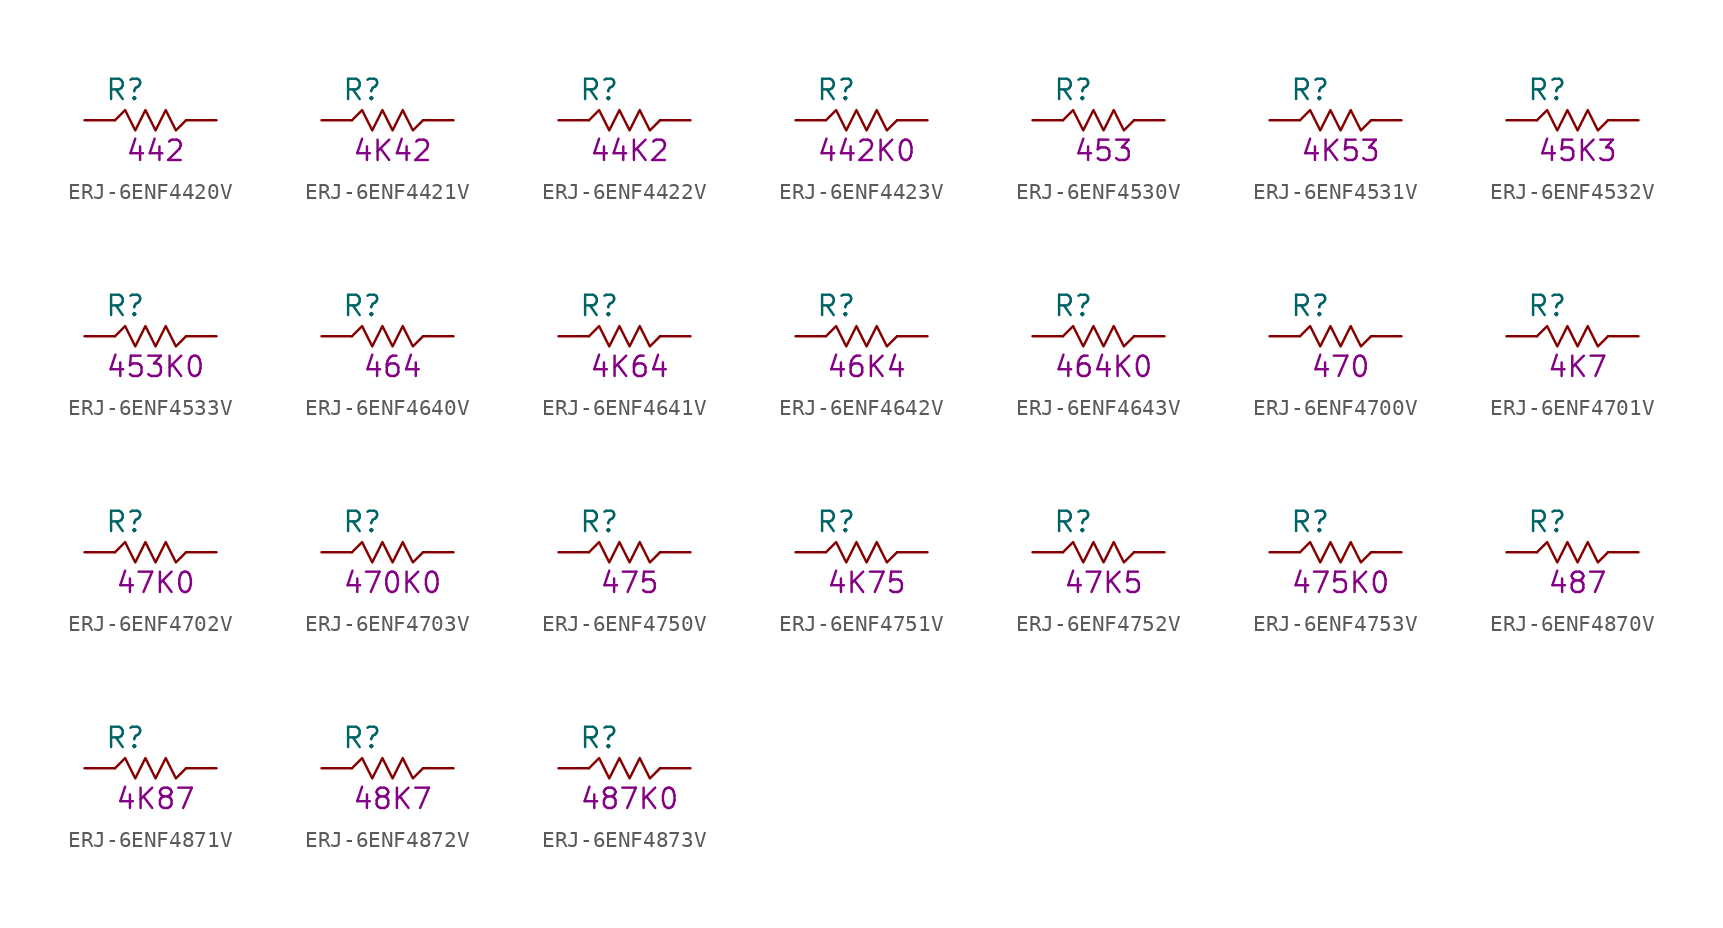
<source format=kicad_sym>
(kicad_symbol_lib
  (version 20211014)
  (generator KiCadLib_py)
  (symbol "ERJ-6ENF4420V"
    (pin_numbers hide)
    (pin_names hide)
    (property "Reference" "R"
      (at -1.905 1.905 0)
      (effects (font (size 1.27 1.27))))
    (property "Val" "442"
      (at 0 -1.905 0)
      (effects (font (size 1.27 1.27))))
    (symbol "ERJ-6ENF4420V_0_1"
      (polyline (pts (xy -2.54 0) (xy -1.905 0.635) (xy -1.27 -0.635) (xy -0.635 0.635) (xy 0 -0.635) (xy 0.635 0.635) (xy 1.27 -0.635) (xy 1.905 0)) (stroke (width 0) (type default) (color 0 0 0 0)) (fill (type none))))
    (symbol "ERJ-6ENF4420V_1_1"
      (pin passive line (at -4.445 0 0) (length 1.905) (name "~" (effects (font (size 1.27 1.27)))) (number "1" (effects (font (size 1.27 1.27)))))
      (pin passive line (at 3.81 0 180) (length 1.905) (name "~" (effects (font (size 1.27 1.27)))) (number "2" (effects (font (size 1.27 1.27)))))))
  (symbol "ERJ-6ENF4421V"
    (pin_numbers hide)
    (pin_names hide)
    (property "Reference" "R"
      (at -1.905 1.905 0)
      (effects (font (size 1.27 1.27))))
    (property "Val" "4K42"
      (at 0 -1.905 0)
      (effects (font (size 1.27 1.27))))
    (symbol "ERJ-6ENF4421V_0_1"
      (polyline (pts (xy -2.54 0) (xy -1.905 0.635) (xy -1.27 -0.635) (xy -0.635 0.635) (xy 0 -0.635) (xy 0.635 0.635) (xy 1.27 -0.635) (xy 1.905 0)) (stroke (width 0) (type default) (color 0 0 0 0)) (fill (type none))))
    (symbol "ERJ-6ENF4421V_1_1"
      (pin passive line (at -4.445 0 0) (length 1.905) (name "~" (effects (font (size 1.27 1.27)))) (number "1" (effects (font (size 1.27 1.27)))))
      (pin passive line (at 3.81 0 180) (length 1.905) (name "~" (effects (font (size 1.27 1.27)))) (number "2" (effects (font (size 1.27 1.27)))))))
  (symbol "ERJ-6ENF4422V"
    (pin_numbers hide)
    (pin_names hide)
    (property "Reference" "R"
      (at -1.905 1.905 0)
      (effects (font (size 1.27 1.27))))
    (property "Val" "44K2"
      (at 0 -1.905 0)
      (effects (font (size 1.27 1.27))))
    (symbol "ERJ-6ENF4422V_0_1"
      (polyline (pts (xy -2.54 0) (xy -1.905 0.635) (xy -1.27 -0.635) (xy -0.635 0.635) (xy 0 -0.635) (xy 0.635 0.635) (xy 1.27 -0.635) (xy 1.905 0)) (stroke (width 0) (type default) (color 0 0 0 0)) (fill (type none))))
    (symbol "ERJ-6ENF4422V_1_1"
      (pin passive line (at -4.445 0 0) (length 1.905) (name "~" (effects (font (size 1.27 1.27)))) (number "1" (effects (font (size 1.27 1.27)))))
      (pin passive line (at 3.81 0 180) (length 1.905) (name "~" (effects (font (size 1.27 1.27)))) (number "2" (effects (font (size 1.27 1.27)))))))
  (symbol "ERJ-6ENF4423V"
    (pin_numbers hide)
    (pin_names hide)
    (property "Reference" "R"
      (at -1.905 1.905 0)
      (effects (font (size 1.27 1.27))))
    (property "Val" "442K0"
      (at 0 -1.905 0)
      (effects (font (size 1.27 1.27))))
    (symbol "ERJ-6ENF4423V_0_1"
      (polyline (pts (xy -2.54 0) (xy -1.905 0.635) (xy -1.27 -0.635) (xy -0.635 0.635) (xy 0 -0.635) (xy 0.635 0.635) (xy 1.27 -0.635) (xy 1.905 0)) (stroke (width 0) (type default) (color 0 0 0 0)) (fill (type none))))
    (symbol "ERJ-6ENF4423V_1_1"
      (pin passive line (at -4.445 0 0) (length 1.905) (name "~" (effects (font (size 1.27 1.27)))) (number "1" (effects (font (size 1.27 1.27)))))
      (pin passive line (at 3.81 0 180) (length 1.905) (name "~" (effects (font (size 1.27 1.27)))) (number "2" (effects (font (size 1.27 1.27)))))))
  (symbol "ERJ-6ENF4530V"
    (pin_numbers hide)
    (pin_names hide)
    (property "Reference" "R"
      (at -1.905 1.905 0)
      (effects (font (size 1.27 1.27))))
    (property "Val" "453"
      (at 0 -1.905 0)
      (effects (font (size 1.27 1.27))))
    (symbol "ERJ-6ENF4530V_0_1"
      (polyline (pts (xy -2.54 0) (xy -1.905 0.635) (xy -1.27 -0.635) (xy -0.635 0.635) (xy 0 -0.635) (xy 0.635 0.635) (xy 1.27 -0.635) (xy 1.905 0)) (stroke (width 0) (type default) (color 0 0 0 0)) (fill (type none))))
    (symbol "ERJ-6ENF4530V_1_1"
      (pin passive line (at -4.445 0 0) (length 1.905) (name "~" (effects (font (size 1.27 1.27)))) (number "1" (effects (font (size 1.27 1.27)))))
      (pin passive line (at 3.81 0 180) (length 1.905) (name "~" (effects (font (size 1.27 1.27)))) (number "2" (effects (font (size 1.27 1.27)))))))
  (symbol "ERJ-6ENF4531V"
    (pin_numbers hide)
    (pin_names hide)
    (property "Reference" "R"
      (at -1.905 1.905 0)
      (effects (font (size 1.27 1.27))))
    (property "Val" "4K53"
      (at 0 -1.905 0)
      (effects (font (size 1.27 1.27))))
    (symbol "ERJ-6ENF4531V_0_1"
      (polyline (pts (xy -2.54 0) (xy -1.905 0.635) (xy -1.27 -0.635) (xy -0.635 0.635) (xy 0 -0.635) (xy 0.635 0.635) (xy 1.27 -0.635) (xy 1.905 0)) (stroke (width 0) (type default) (color 0 0 0 0)) (fill (type none))))
    (symbol "ERJ-6ENF4531V_1_1"
      (pin passive line (at -4.445 0 0) (length 1.905) (name "~" (effects (font (size 1.27 1.27)))) (number "1" (effects (font (size 1.27 1.27)))))
      (pin passive line (at 3.81 0 180) (length 1.905) (name "~" (effects (font (size 1.27 1.27)))) (number "2" (effects (font (size 1.27 1.27)))))))
  (symbol "ERJ-6ENF4532V"
    (pin_numbers hide)
    (pin_names hide)
    (property "Reference" "R"
      (at -1.905 1.905 0)
      (effects (font (size 1.27 1.27))))
    (property "Val" "45K3"
      (at 0 -1.905 0)
      (effects (font (size 1.27 1.27))))
    (symbol "ERJ-6ENF4532V_0_1"
      (polyline (pts (xy -2.54 0) (xy -1.905 0.635) (xy -1.27 -0.635) (xy -0.635 0.635) (xy 0 -0.635) (xy 0.635 0.635) (xy 1.27 -0.635) (xy 1.905 0)) (stroke (width 0) (type default) (color 0 0 0 0)) (fill (type none))))
    (symbol "ERJ-6ENF4532V_1_1"
      (pin passive line (at -4.445 0 0) (length 1.905) (name "~" (effects (font (size 1.27 1.27)))) (number "1" (effects (font (size 1.27 1.27)))))
      (pin passive line (at 3.81 0 180) (length 1.905) (name "~" (effects (font (size 1.27 1.27)))) (number "2" (effects (font (size 1.27 1.27)))))))
  (symbol "ERJ-6ENF4533V"
    (pin_numbers hide)
    (pin_names hide)
    (property "Reference" "R"
      (at -1.905 1.905 0)
      (effects (font (size 1.27 1.27))))
    (property "Val" "453K0"
      (at 0 -1.905 0)
      (effects (font (size 1.27 1.27))))
    (symbol "ERJ-6ENF4533V_0_1"
      (polyline (pts (xy -2.54 0) (xy -1.905 0.635) (xy -1.27 -0.635) (xy -0.635 0.635) (xy 0 -0.635) (xy 0.635 0.635) (xy 1.27 -0.635) (xy 1.905 0)) (stroke (width 0) (type default) (color 0 0 0 0)) (fill (type none))))
    (symbol "ERJ-6ENF4533V_1_1"
      (pin passive line (at -4.445 0 0) (length 1.905) (name "~" (effects (font (size 1.27 1.27)))) (number "1" (effects (font (size 1.27 1.27)))))
      (pin passive line (at 3.81 0 180) (length 1.905) (name "~" (effects (font (size 1.27 1.27)))) (number "2" (effects (font (size 1.27 1.27)))))))
  (symbol "ERJ-6ENF4640V"
    (pin_numbers hide)
    (pin_names hide)
    (property "Reference" "R"
      (at -1.905 1.905 0)
      (effects (font (size 1.27 1.27))))
    (property "Val" "464"
      (at 0 -1.905 0)
      (effects (font (size 1.27 1.27))))
    (symbol "ERJ-6ENF4640V_0_1"
      (polyline (pts (xy -2.54 0) (xy -1.905 0.635) (xy -1.27 -0.635) (xy -0.635 0.635) (xy 0 -0.635) (xy 0.635 0.635) (xy 1.27 -0.635) (xy 1.905 0)) (stroke (width 0) (type default) (color 0 0 0 0)) (fill (type none))))
    (symbol "ERJ-6ENF4640V_1_1"
      (pin passive line (at -4.445 0 0) (length 1.905) (name "~" (effects (font (size 1.27 1.27)))) (number "1" (effects (font (size 1.27 1.27)))))
      (pin passive line (at 3.81 0 180) (length 1.905) (name "~" (effects (font (size 1.27 1.27)))) (number "2" (effects (font (size 1.27 1.27)))))))
  (symbol "ERJ-6ENF4641V"
    (pin_numbers hide)
    (pin_names hide)
    (property "Reference" "R"
      (at -1.905 1.905 0)
      (effects (font (size 1.27 1.27))))
    (property "Val" "4K64"
      (at 0 -1.905 0)
      (effects (font (size 1.27 1.27))))
    (symbol "ERJ-6ENF4641V_0_1"
      (polyline (pts (xy -2.54 0) (xy -1.905 0.635) (xy -1.27 -0.635) (xy -0.635 0.635) (xy 0 -0.635) (xy 0.635 0.635) (xy 1.27 -0.635) (xy 1.905 0)) (stroke (width 0) (type default) (color 0 0 0 0)) (fill (type none))))
    (symbol "ERJ-6ENF4641V_1_1"
      (pin passive line (at -4.445 0 0) (length 1.905) (name "~" (effects (font (size 1.27 1.27)))) (number "1" (effects (font (size 1.27 1.27)))))
      (pin passive line (at 3.81 0 180) (length 1.905) (name "~" (effects (font (size 1.27 1.27)))) (number "2" (effects (font (size 1.27 1.27)))))))
  (symbol "ERJ-6ENF4642V"
    (pin_numbers hide)
    (pin_names hide)
    (property "Reference" "R"
      (at -1.905 1.905 0)
      (effects (font (size 1.27 1.27))))
    (property "Val" "46K4"
      (at 0 -1.905 0)
      (effects (font (size 1.27 1.27))))
    (symbol "ERJ-6ENF4642V_0_1"
      (polyline (pts (xy -2.54 0) (xy -1.905 0.635) (xy -1.27 -0.635) (xy -0.635 0.635) (xy 0 -0.635) (xy 0.635 0.635) (xy 1.27 -0.635) (xy 1.905 0)) (stroke (width 0) (type default) (color 0 0 0 0)) (fill (type none))))
    (symbol "ERJ-6ENF4642V_1_1"
      (pin passive line (at -4.445 0 0) (length 1.905) (name "~" (effects (font (size 1.27 1.27)))) (number "1" (effects (font (size 1.27 1.27)))))
      (pin passive line (at 3.81 0 180) (length 1.905) (name "~" (effects (font (size 1.27 1.27)))) (number "2" (effects (font (size 1.27 1.27)))))))
  (symbol "ERJ-6ENF4643V"
    (pin_numbers hide)
    (pin_names hide)
    (property "Reference" "R"
      (at -1.905 1.905 0)
      (effects (font (size 1.27 1.27))))
    (property "Val" "464K0"
      (at 0 -1.905 0)
      (effects (font (size 1.27 1.27))))
    (symbol "ERJ-6ENF4643V_0_1"
      (polyline (pts (xy -2.54 0) (xy -1.905 0.635) (xy -1.27 -0.635) (xy -0.635 0.635) (xy 0 -0.635) (xy 0.635 0.635) (xy 1.27 -0.635) (xy 1.905 0)) (stroke (width 0) (type default) (color 0 0 0 0)) (fill (type none))))
    (symbol "ERJ-6ENF4643V_1_1"
      (pin passive line (at -4.445 0 0) (length 1.905) (name "~" (effects (font (size 1.27 1.27)))) (number "1" (effects (font (size 1.27 1.27)))))
      (pin passive line (at 3.81 0 180) (length 1.905) (name "~" (effects (font (size 1.27 1.27)))) (number "2" (effects (font (size 1.27 1.27)))))))
  (symbol "ERJ-6ENF4700V"
    (pin_numbers hide)
    (pin_names hide)
    (property "Reference" "R"
      (at -1.905 1.905 0)
      (effects (font (size 1.27 1.27))))
    (property "Val" "470"
      (at 0 -1.905 0)
      (effects (font (size 1.27 1.27))))
    (symbol "ERJ-6ENF4700V_0_1"
      (polyline (pts (xy -2.54 0) (xy -1.905 0.635) (xy -1.27 -0.635) (xy -0.635 0.635) (xy 0 -0.635) (xy 0.635 0.635) (xy 1.27 -0.635) (xy 1.905 0)) (stroke (width 0) (type default) (color 0 0 0 0)) (fill (type none))))
    (symbol "ERJ-6ENF4700V_1_1"
      (pin passive line (at -4.445 0 0) (length 1.905) (name "~" (effects (font (size 1.27 1.27)))) (number "1" (effects (font (size 1.27 1.27)))))
      (pin passive line (at 3.81 0 180) (length 1.905) (name "~" (effects (font (size 1.27 1.27)))) (number "2" (effects (font (size 1.27 1.27)))))))
  (symbol "ERJ-6ENF4701V"
    (pin_numbers hide)
    (pin_names hide)
    (property "Reference" "R"
      (at -1.905 1.905 0)
      (effects (font (size 1.27 1.27))))
    (property "Val" "4K7"
      (at 0 -1.905 0)
      (effects (font (size 1.27 1.27))))
    (symbol "ERJ-6ENF4701V_0_1"
      (polyline (pts (xy -2.54 0) (xy -1.905 0.635) (xy -1.27 -0.635) (xy -0.635 0.635) (xy 0 -0.635) (xy 0.635 0.635) (xy 1.27 -0.635) (xy 1.905 0)) (stroke (width 0) (type default) (color 0 0 0 0)) (fill (type none))))
    (symbol "ERJ-6ENF4701V_1_1"
      (pin passive line (at -4.445 0 0) (length 1.905) (name "~" (effects (font (size 1.27 1.27)))) (number "1" (effects (font (size 1.27 1.27)))))
      (pin passive line (at 3.81 0 180) (length 1.905) (name "~" (effects (font (size 1.27 1.27)))) (number "2" (effects (font (size 1.27 1.27)))))))
  (symbol "ERJ-6ENF4702V"
    (pin_numbers hide)
    (pin_names hide)
    (property "Reference" "R"
      (at -1.905 1.905 0)
      (effects (font (size 1.27 1.27))))
    (property "Val" "47K0"
      (at 0 -1.905 0)
      (effects (font (size 1.27 1.27))))
    (symbol "ERJ-6ENF4702V_0_1"
      (polyline (pts (xy -2.54 0) (xy -1.905 0.635) (xy -1.27 -0.635) (xy -0.635 0.635) (xy 0 -0.635) (xy 0.635 0.635) (xy 1.27 -0.635) (xy 1.905 0)) (stroke (width 0) (type default) (color 0 0 0 0)) (fill (type none))))
    (symbol "ERJ-6ENF4702V_1_1"
      (pin passive line (at -4.445 0 0) (length 1.905) (name "~" (effects (font (size 1.27 1.27)))) (number "1" (effects (font (size 1.27 1.27)))))
      (pin passive line (at 3.81 0 180) (length 1.905) (name "~" (effects (font (size 1.27 1.27)))) (number "2" (effects (font (size 1.27 1.27)))))))
  (symbol "ERJ-6ENF4703V"
    (pin_numbers hide)
    (pin_names hide)
    (property "Reference" "R"
      (at -1.905 1.905 0)
      (effects (font (size 1.27 1.27))))
    (property "Val" "470K0"
      (at 0 -1.905 0)
      (effects (font (size 1.27 1.27))))
    (symbol "ERJ-6ENF4703V_0_1"
      (polyline (pts (xy -2.54 0) (xy -1.905 0.635) (xy -1.27 -0.635) (xy -0.635 0.635) (xy 0 -0.635) (xy 0.635 0.635) (xy 1.27 -0.635) (xy 1.905 0)) (stroke (width 0) (type default) (color 0 0 0 0)) (fill (type none))))
    (symbol "ERJ-6ENF4703V_1_1"
      (pin passive line (at -4.445 0 0) (length 1.905) (name "~" (effects (font (size 1.27 1.27)))) (number "1" (effects (font (size 1.27 1.27)))))
      (pin passive line (at 3.81 0 180) (length 1.905) (name "~" (effects (font (size 1.27 1.27)))) (number "2" (effects (font (size 1.27 1.27)))))))
  (symbol "ERJ-6ENF4750V"
    (pin_numbers hide)
    (pin_names hide)
    (property "Reference" "R"
      (at -1.905 1.905 0)
      (effects (font (size 1.27 1.27))))
    (property "Val" "475"
      (at 0 -1.905 0)
      (effects (font (size 1.27 1.27))))
    (symbol "ERJ-6ENF4750V_0_1"
      (polyline (pts (xy -2.54 0) (xy -1.905 0.635) (xy -1.27 -0.635) (xy -0.635 0.635) (xy 0 -0.635) (xy 0.635 0.635) (xy 1.27 -0.635) (xy 1.905 0)) (stroke (width 0) (type default) (color 0 0 0 0)) (fill (type none))))
    (symbol "ERJ-6ENF4750V_1_1"
      (pin passive line (at -4.445 0 0) (length 1.905) (name "~" (effects (font (size 1.27 1.27)))) (number "1" (effects (font (size 1.27 1.27)))))
      (pin passive line (at 3.81 0 180) (length 1.905) (name "~" (effects (font (size 1.27 1.27)))) (number "2" (effects (font (size 1.27 1.27)))))))
  (symbol "ERJ-6ENF4751V"
    (pin_numbers hide)
    (pin_names hide)
    (property "Reference" "R"
      (at -1.905 1.905 0)
      (effects (font (size 1.27 1.27))))
    (property "Val" "4K75"
      (at 0 -1.905 0)
      (effects (font (size 1.27 1.27))))
    (symbol "ERJ-6ENF4751V_0_1"
      (polyline (pts (xy -2.54 0) (xy -1.905 0.635) (xy -1.27 -0.635) (xy -0.635 0.635) (xy 0 -0.635) (xy 0.635 0.635) (xy 1.27 -0.635) (xy 1.905 0)) (stroke (width 0) (type default) (color 0 0 0 0)) (fill (type none))))
    (symbol "ERJ-6ENF4751V_1_1"
      (pin passive line (at -4.445 0 0) (length 1.905) (name "~" (effects (font (size 1.27 1.27)))) (number "1" (effects (font (size 1.27 1.27)))))
      (pin passive line (at 3.81 0 180) (length 1.905) (name "~" (effects (font (size 1.27 1.27)))) (number "2" (effects (font (size 1.27 1.27)))))))
  (symbol "ERJ-6ENF4752V"
    (pin_numbers hide)
    (pin_names hide)
    (property "Reference" "R"
      (at -1.905 1.905 0)
      (effects (font (size 1.27 1.27))))
    (property "Val" "47K5"
      (at 0 -1.905 0)
      (effects (font (size 1.27 1.27))))
    (symbol "ERJ-6ENF4752V_0_1"
      (polyline (pts (xy -2.54 0) (xy -1.905 0.635) (xy -1.27 -0.635) (xy -0.635 0.635) (xy 0 -0.635) (xy 0.635 0.635) (xy 1.27 -0.635) (xy 1.905 0)) (stroke (width 0) (type default) (color 0 0 0 0)) (fill (type none))))
    (symbol "ERJ-6ENF4752V_1_1"
      (pin passive line (at -4.445 0 0) (length 1.905) (name "~" (effects (font (size 1.27 1.27)))) (number "1" (effects (font (size 1.27 1.27)))))
      (pin passive line (at 3.81 0 180) (length 1.905) (name "~" (effects (font (size 1.27 1.27)))) (number "2" (effects (font (size 1.27 1.27)))))))
  (symbol "ERJ-6ENF4753V"
    (pin_numbers hide)
    (pin_names hide)
    (property "Reference" "R"
      (at -1.905 1.905 0)
      (effects (font (size 1.27 1.27))))
    (property "Val" "475K0"
      (at 0 -1.905 0)
      (effects (font (size 1.27 1.27))))
    (symbol "ERJ-6ENF4753V_0_1"
      (polyline (pts (xy -2.54 0) (xy -1.905 0.635) (xy -1.27 -0.635) (xy -0.635 0.635) (xy 0 -0.635) (xy 0.635 0.635) (xy 1.27 -0.635) (xy 1.905 0)) (stroke (width 0) (type default) (color 0 0 0 0)) (fill (type none))))
    (symbol "ERJ-6ENF4753V_1_1"
      (pin passive line (at -4.445 0 0) (length 1.905) (name "~" (effects (font (size 1.27 1.27)))) (number "1" (effects (font (size 1.27 1.27)))))
      (pin passive line (at 3.81 0 180) (length 1.905) (name "~" (effects (font (size 1.27 1.27)))) (number "2" (effects (font (size 1.27 1.27)))))))
  (symbol "ERJ-6ENF4870V"
    (pin_numbers hide)
    (pin_names hide)
    (property "Reference" "R"
      (at -1.905 1.905 0)
      (effects (font (size 1.27 1.27))))
    (property "Val" "487"
      (at 0 -1.905 0)
      (effects (font (size 1.27 1.27))))
    (symbol "ERJ-6ENF4870V_0_1"
      (polyline (pts (xy -2.54 0) (xy -1.905 0.635) (xy -1.27 -0.635) (xy -0.635 0.635) (xy 0 -0.635) (xy 0.635 0.635) (xy 1.27 -0.635) (xy 1.905 0)) (stroke (width 0) (type default) (color 0 0 0 0)) (fill (type none))))
    (symbol "ERJ-6ENF4870V_1_1"
      (pin passive line (at -4.445 0 0) (length 1.905) (name "~" (effects (font (size 1.27 1.27)))) (number "1" (effects (font (size 1.27 1.27)))))
      (pin passive line (at 3.81 0 180) (length 1.905) (name "~" (effects (font (size 1.27 1.27)))) (number "2" (effects (font (size 1.27 1.27)))))))
  (symbol "ERJ-6ENF4871V"
    (pin_numbers hide)
    (pin_names hide)
    (property "Reference" "R"
      (at -1.905 1.905 0)
      (effects (font (size 1.27 1.27))))
    (property "Val" "4K87"
      (at 0 -1.905 0)
      (effects (font (size 1.27 1.27))))
    (symbol "ERJ-6ENF4871V_0_1"
      (polyline (pts (xy -2.54 0) (xy -1.905 0.635) (xy -1.27 -0.635) (xy -0.635 0.635) (xy 0 -0.635) (xy 0.635 0.635) (xy 1.27 -0.635) (xy 1.905 0)) (stroke (width 0) (type default) (color 0 0 0 0)) (fill (type none))))
    (symbol "ERJ-6ENF4871V_1_1"
      (pin passive line (at -4.445 0 0) (length 1.905) (name "~" (effects (font (size 1.27 1.27)))) (number "1" (effects (font (size 1.27 1.27)))))
      (pin passive line (at 3.81 0 180) (length 1.905) (name "~" (effects (font (size 1.27 1.27)))) (number "2" (effects (font (size 1.27 1.27)))))))
  (symbol "ERJ-6ENF4872V"
    (pin_numbers hide)
    (pin_names hide)
    (property "Reference" "R"
      (at -1.905 1.905 0)
      (effects (font (size 1.27 1.27))))
    (property "Val" "48K7"
      (at 0 -1.905 0)
      (effects (font (size 1.27 1.27))))
    (symbol "ERJ-6ENF4872V_0_1"
      (polyline (pts (xy -2.54 0) (xy -1.905 0.635) (xy -1.27 -0.635) (xy -0.635 0.635) (xy 0 -0.635) (xy 0.635 0.635) (xy 1.27 -0.635) (xy 1.905 0)) (stroke (width 0) (type default) (color 0 0 0 0)) (fill (type none))))
    (symbol "ERJ-6ENF4872V_1_1"
      (pin passive line (at -4.445 0 0) (length 1.905) (name "~" (effects (font (size 1.27 1.27)))) (number "1" (effects (font (size 1.27 1.27)))))
      (pin passive line (at 3.81 0 180) (length 1.905) (name "~" (effects (font (size 1.27 1.27)))) (number "2" (effects (font (size 1.27 1.27)))))))
  (symbol "ERJ-6ENF4873V"
    (pin_numbers hide)
    (pin_names hide)
    (property "Reference" "R"
      (at -1.905 1.905 0)
      (effects (font (size 1.27 1.27))))
    (property "Val" "487K0"
      (at 0 -1.905 0)
      (effects (font (size 1.27 1.27))))
    (symbol "ERJ-6ENF4873V_0_1"
      (polyline (pts (xy -2.54 0) (xy -1.905 0.635) (xy -1.27 -0.635) (xy -0.635 0.635) (xy 0 -0.635) (xy 0.635 0.635) (xy 1.27 -0.635) (xy 1.905 0)) (stroke (width 0) (type default) (color 0 0 0 0)) (fill (type none))))
    (symbol "ERJ-6ENF4873V_1_1"
      (pin passive line (at -4.445 0 0) (length 1.905) (name "~" (effects (font (size 1.27 1.27)))) (number "1" (effects (font (size 1.27 1.27)))))
      (pin passive line (at 3.81 0 180) (length 1.905) (name "~" (effects (font (size 1.27 1.27)))) (number "2" (effects (font (size 1.27 1.27))))))))
</source>
